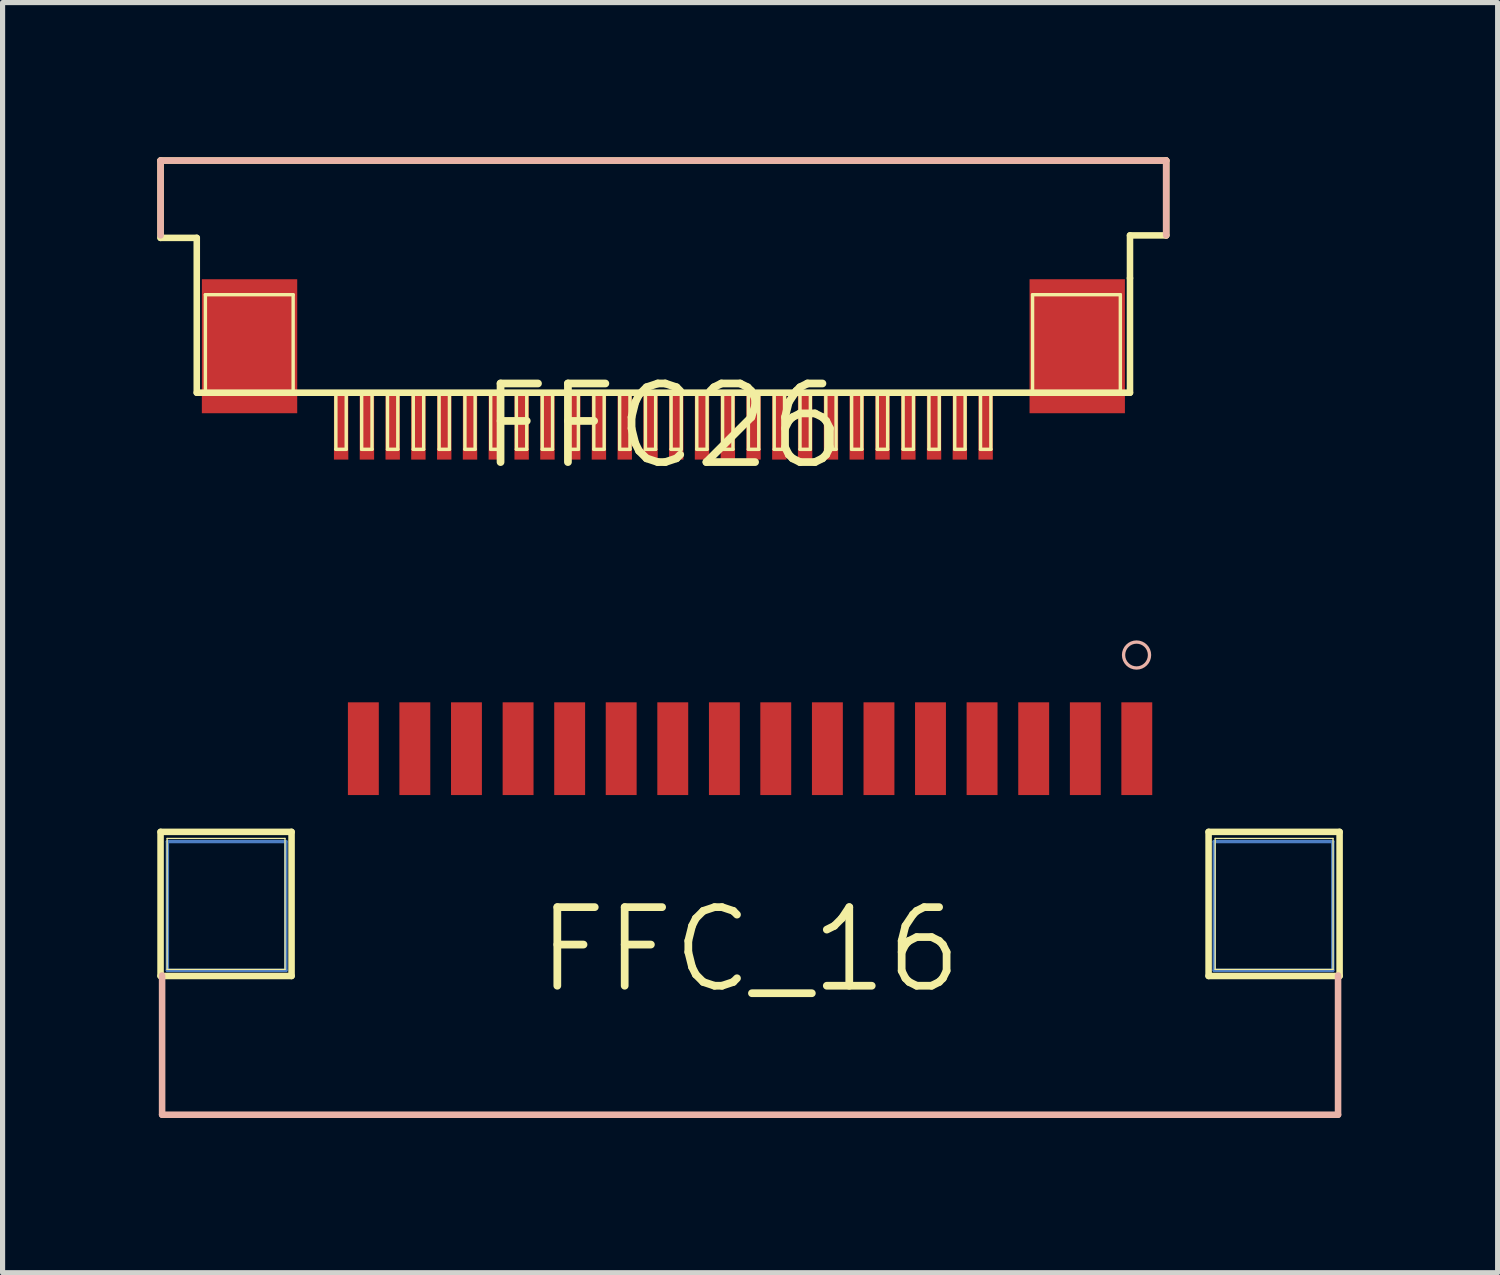
<source format=kicad_pcb>
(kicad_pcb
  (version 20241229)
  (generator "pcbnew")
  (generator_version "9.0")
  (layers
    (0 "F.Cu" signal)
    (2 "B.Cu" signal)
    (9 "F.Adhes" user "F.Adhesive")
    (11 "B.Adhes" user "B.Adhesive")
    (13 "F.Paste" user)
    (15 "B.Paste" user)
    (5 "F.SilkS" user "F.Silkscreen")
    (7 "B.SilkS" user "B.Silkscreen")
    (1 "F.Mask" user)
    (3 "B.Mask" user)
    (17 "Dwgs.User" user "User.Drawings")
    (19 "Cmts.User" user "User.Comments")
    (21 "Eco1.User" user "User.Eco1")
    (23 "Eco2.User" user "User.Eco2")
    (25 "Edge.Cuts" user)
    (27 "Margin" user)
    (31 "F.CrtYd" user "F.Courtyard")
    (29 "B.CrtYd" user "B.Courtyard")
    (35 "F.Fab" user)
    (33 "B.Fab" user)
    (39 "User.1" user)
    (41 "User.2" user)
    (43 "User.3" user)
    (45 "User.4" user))
  (footprint "FFC26"
    (layer "F.Cu")
    (at 9.812 5.212)
    (property "Reference" "FFC26" (at 0 0 0) (layer "F.SilkS") (effects (font (size 1.524 1.524) (thickness 0.15))))
    (attr smd)
    (fp_line (start -9.749 -5.149) (end -9.749 -3.65) (stroke (width 0.127) (type solid)) (layer "F.SilkS"))
    (fp_line (start -9.749 -5.149) (end 9.749 -5.149) (stroke (width 0.127) (type solid)) (layer "F.SilkS"))
    (fp_line (start -9.749 -3.65) (end -9.047 -3.65) (stroke (width 0.127) (type solid)) (layer "F.SilkS"))
    (fp_line (start -9.047 -3.65) (end -9.047 -0.648) (stroke (width 0.127) (type solid)) (layer "F.SilkS"))
    (fp_line (start -9.047 -0.648) (end 9.047 -0.648) (stroke (width 0.127) (type solid)) (layer "F.SilkS"))
    (fp_line (start -8.88 -2.548) (end -7.178 -2.548) (stroke (width 0.066) (type solid)) (layer "F.SilkS"))
    (fp_line (start -8.88 -0.648) (end -8.88 -2.548) (stroke (width 0.066) (type solid)) (layer "F.SilkS"))
    (fp_line (start -8.88 -0.648) (end -7.178 -0.648) (stroke (width 0.066) (type solid)) (layer "F.SilkS"))
    (fp_line (start -7.178 -0.648) (end -7.178 -2.548) (stroke (width 0.066) (type solid)) (layer "F.SilkS"))
    (fp_line (start -6.35 -0.648) (end -6.149 -0.648) (stroke (width 0.066) (type solid)) (layer "F.SilkS"))
    (fp_line (start -6.35 0.45) (end -6.35 -0.648) (stroke (width 0.066) (type solid)) (layer "F.SilkS"))
    (fp_line (start -6.35 0.45) (end -6.149 0.45) (stroke (width 0.066) (type solid)) (layer "F.SilkS"))
    (fp_line (start -6.149 0.45) (end -6.149 -0.648) (stroke (width 0.066) (type solid)) (layer "F.SilkS"))
    (fp_line (start -5.85 -0.648) (end -5.649 -0.648) (stroke (width 0.066) (type solid)) (layer "F.SilkS"))
    (fp_line (start -5.85 0.45) (end -5.85 -0.648) (stroke (width 0.066) (type solid)) (layer "F.SilkS"))
    (fp_line (start -5.85 0.45) (end -5.649 0.45) (stroke (width 0.066) (type solid)) (layer "F.SilkS"))
    (fp_line (start -5.649 0.45) (end -5.649 -0.648) (stroke (width 0.066) (type solid)) (layer "F.SilkS"))
    (fp_line (start -5.349 -0.648) (end -5.149 -0.648) (stroke (width 0.066) (type solid)) (layer "F.SilkS"))
    (fp_line (start -5.349 0.45) (end -5.349 -0.648) (stroke (width 0.066) (type solid)) (layer "F.SilkS"))
    (fp_line (start -5.349 0.45) (end -5.149 0.45) (stroke (width 0.066) (type solid)) (layer "F.SilkS"))
    (fp_line (start -5.149 0.45) (end -5.149 -0.648) (stroke (width 0.066) (type solid)) (layer "F.SilkS"))
    (fp_line (start -4.849 -0.648) (end -4.648 -0.648) (stroke (width 0.066) (type solid)) (layer "F.SilkS"))
    (fp_line (start -4.849 0.45) (end -4.849 -0.648) (stroke (width 0.066) (type solid)) (layer "F.SilkS"))
    (fp_line (start -4.849 0.45) (end -4.648 0.45) (stroke (width 0.066) (type solid)) (layer "F.SilkS"))
    (fp_line (start -4.648 0.45) (end -4.648 -0.648) (stroke (width 0.066) (type solid)) (layer "F.SilkS"))
    (fp_line (start -4.348 -0.648) (end -4.148 -0.648) (stroke (width 0.066) (type solid)) (layer "F.SilkS"))
    (fp_line (start -4.348 0.45) (end -4.348 -0.648) (stroke (width 0.066) (type solid)) (layer "F.SilkS"))
    (fp_line (start -4.348 0.45) (end -4.148 0.45) (stroke (width 0.066) (type solid)) (layer "F.SilkS"))
    (fp_line (start -4.148 0.45) (end -4.148 -0.648) (stroke (width 0.066) (type solid)) (layer "F.SilkS"))
    (fp_line (start -3.848 -0.648) (end -3.65 -0.648) (stroke (width 0.066) (type solid)) (layer "F.SilkS"))
    (fp_line (start -3.848 0.45) (end -3.848 -0.648) (stroke (width 0.066) (type solid)) (layer "F.SilkS"))
    (fp_line (start -3.848 0.45) (end -3.65 0.45) (stroke (width 0.066) (type solid)) (layer "F.SilkS"))
    (fp_line (start -3.65 0.45) (end -3.65 -0.648) (stroke (width 0.066) (type solid)) (layer "F.SilkS"))
    (fp_line (start -3.348 -0.648) (end -3.15 -0.648) (stroke (width 0.066) (type solid)) (layer "F.SilkS"))
    (fp_line (start -3.348 0.45) (end -3.348 -0.648) (stroke (width 0.066) (type solid)) (layer "F.SilkS"))
    (fp_line (start -3.348 0.45) (end -3.15 0.45) (stroke (width 0.066) (type solid)) (layer "F.SilkS"))
    (fp_line (start -3.15 0.45) (end -3.15 -0.648) (stroke (width 0.066) (type solid)) (layer "F.SilkS"))
    (fp_line (start -2.85 -0.648) (end -2.649 -0.648) (stroke (width 0.066) (type solid)) (layer "F.SilkS"))
    (fp_line (start -2.85 0.45) (end -2.85 -0.648) (stroke (width 0.066) (type solid)) (layer "F.SilkS"))
    (fp_line (start -2.85 0.45) (end -2.649 0.45) (stroke (width 0.066) (type solid)) (layer "F.SilkS"))
    (fp_line (start -2.649 0.45) (end -2.649 -0.648) (stroke (width 0.066) (type solid)) (layer "F.SilkS"))
    (fp_line (start -2.349 -0.648) (end -2.149 -0.648) (stroke (width 0.066) (type solid)) (layer "F.SilkS"))
    (fp_line (start -2.349 0.45) (end -2.349 -0.648) (stroke (width 0.066) (type solid)) (layer "F.SilkS"))
    (fp_line (start -2.349 0.45) (end -2.149 0.45) (stroke (width 0.066) (type solid)) (layer "F.SilkS"))
    (fp_line (start -2.149 0.45) (end -2.149 -0.648) (stroke (width 0.066) (type solid)) (layer "F.SilkS"))
    (fp_line (start -1.849 -0.648) (end -1.648 -0.648) (stroke (width 0.066) (type solid)) (layer "F.SilkS"))
    (fp_line (start -1.849 0.45) (end -1.849 -0.648) (stroke (width 0.066) (type solid)) (layer "F.SilkS"))
    (fp_line (start -1.849 0.45) (end -1.648 0.45) (stroke (width 0.066) (type solid)) (layer "F.SilkS"))
    (fp_line (start -1.648 0.45) (end -1.648 -0.648) (stroke (width 0.066) (type solid)) (layer "F.SilkS"))
    (fp_line (start -1.349 -0.648) (end -1.148 -0.648) (stroke (width 0.066) (type solid)) (layer "F.SilkS"))
    (fp_line (start -1.349 0.45) (end -1.349 -0.648) (stroke (width 0.066) (type solid)) (layer "F.SilkS"))
    (fp_line (start -1.349 0.45) (end -1.148 0.45) (stroke (width 0.066) (type solid)) (layer "F.SilkS"))
    (fp_line (start -1.148 0.45) (end -1.148 -0.648) (stroke (width 0.066) (type solid)) (layer "F.SilkS"))
    (fp_line (start -0.848 -0.648) (end -0.648 -0.648) (stroke (width 0.066) (type solid)) (layer "F.SilkS"))
    (fp_line (start -0.848 0.45) (end -0.848 -0.648) (stroke (width 0.066) (type solid)) (layer "F.SilkS"))
    (fp_line (start -0.848 0.45) (end -0.648 0.45) (stroke (width 0.066) (type solid)) (layer "F.SilkS"))
    (fp_line (start -0.648 0.45) (end -0.648 -0.648) (stroke (width 0.066) (type solid)) (layer "F.SilkS"))
    (fp_line (start -0.348 -0.648) (end -0.15 -0.648) (stroke (width 0.066) (type solid)) (layer "F.SilkS"))
    (fp_line (start -0.348 0.45) (end -0.348 -0.648) (stroke (width 0.066) (type solid)) (layer "F.SilkS"))
    (fp_line (start -0.348 0.45) (end -0.15 0.45) (stroke (width 0.066) (type solid)) (layer "F.SilkS"))
    (fp_line (start -0.15 0.45) (end -0.15 -0.648) (stroke (width 0.066) (type solid)) (layer "F.SilkS"))
    (fp_line (start 0.15 -0.648) (end 0.348 -0.648) (stroke (width 0.066) (type solid)) (layer "F.SilkS"))
    (fp_line (start 0.15 0.45) (end 0.15 -0.648) (stroke (width 0.066) (type solid)) (layer "F.SilkS"))
    (fp_line (start 0.15 0.45) (end 0.348 0.45) (stroke (width 0.066) (type solid)) (layer "F.SilkS"))
    (fp_line (start 0.348 0.45) (end 0.348 -0.648) (stroke (width 0.066) (type solid)) (layer "F.SilkS"))
    (fp_line (start 0.648 -0.648) (end 0.848 -0.648) (stroke (width 0.066) (type solid)) (layer "F.SilkS"))
    (fp_line (start 0.648 0.45) (end 0.648 -0.648) (stroke (width 0.066) (type solid)) (layer "F.SilkS"))
    (fp_line (start 0.648 0.45) (end 0.848 0.45) (stroke (width 0.066) (type solid)) (layer "F.SilkS"))
    (fp_line (start 0.848 0.45) (end 0.848 -0.648) (stroke (width 0.066) (type solid)) (layer "F.SilkS"))
    (fp_line (start 1.148 -0.648) (end 1.349 -0.648) (stroke (width 0.066) (type solid)) (layer "F.SilkS"))
    (fp_line (start 1.148 0.45) (end 1.148 -0.648) (stroke (width 0.066) (type solid)) (layer "F.SilkS"))
    (fp_line (start 1.148 0.45) (end 1.349 0.45) (stroke (width 0.066) (type solid)) (layer "F.SilkS"))
    (fp_line (start 1.349 0.45) (end 1.349 -0.648) (stroke (width 0.066) (type solid)) (layer "F.SilkS"))
    (fp_line (start 1.648 -0.648) (end 1.849 -0.648) (stroke (width 0.066) (type solid)) (layer "F.SilkS"))
    (fp_line (start 1.648 0.45) (end 1.648 -0.648) (stroke (width 0.066) (type solid)) (layer "F.SilkS"))
    (fp_line (start 1.648 0.45) (end 1.849 0.45) (stroke (width 0.066) (type solid)) (layer "F.SilkS"))
    (fp_line (start 1.849 0.45) (end 1.849 -0.648) (stroke (width 0.066) (type solid)) (layer "F.SilkS"))
    (fp_line (start 2.149 -0.648) (end 2.349 -0.648) (stroke (width 0.066) (type solid)) (layer "F.SilkS"))
    (fp_line (start 2.149 0.45) (end 2.149 -0.648) (stroke (width 0.066) (type solid)) (layer "F.SilkS"))
    (fp_line (start 2.149 0.45) (end 2.349 0.45) (stroke (width 0.066) (type solid)) (layer "F.SilkS"))
    (fp_line (start 2.349 0.45) (end 2.349 -0.648) (stroke (width 0.066) (type solid)) (layer "F.SilkS"))
    (fp_line (start 2.649 -0.648) (end 2.85 -0.648) (stroke (width 0.066) (type solid)) (layer "F.SilkS"))
    (fp_line (start 2.649 0.45) (end 2.649 -0.648) (stroke (width 0.066) (type solid)) (layer "F.SilkS"))
    (fp_line (start 2.649 0.45) (end 2.85 0.45) (stroke (width 0.066) (type solid)) (layer "F.SilkS"))
    (fp_line (start 2.85 0.45) (end 2.85 -0.648) (stroke (width 0.066) (type solid)) (layer "F.SilkS"))
    (fp_line (start 3.15 -0.648) (end 3.348 -0.648) (stroke (width 0.066) (type solid)) (layer "F.SilkS"))
    (fp_line (start 3.15 0.45) (end 3.15 -0.648) (stroke (width 0.066) (type solid)) (layer "F.SilkS"))
    (fp_line (start 3.15 0.45) (end 3.348 0.45) (stroke (width 0.066) (type solid)) (layer "F.SilkS"))
    (fp_line (start 3.348 0.45) (end 3.348 -0.648) (stroke (width 0.066) (type solid)) (layer "F.SilkS"))
    (fp_line (start 3.65 -0.648) (end 3.848 -0.648) (stroke (width 0.066) (type solid)) (layer "F.SilkS"))
    (fp_line (start 3.65 0.45) (end 3.65 -0.648) (stroke (width 0.066) (type solid)) (layer "F.SilkS"))
    (fp_line (start 3.65 0.45) (end 3.848 0.45) (stroke (width 0.066) (type solid)) (layer "F.SilkS"))
    (fp_line (start 3.848 0.45) (end 3.848 -0.648) (stroke (width 0.066) (type solid)) (layer "F.SilkS"))
    (fp_line (start 4.148 -0.648) (end 4.348 -0.648) (stroke (width 0.066) (type solid)) (layer "F.SilkS"))
    (fp_line (start 4.148 0.45) (end 4.148 -0.648) (stroke (width 0.066) (type solid)) (layer "F.SilkS"))
    (fp_line (start 4.148 0.45) (end 4.348 0.45) (stroke (width 0.066) (type solid)) (layer "F.SilkS"))
    (fp_line (start 4.348 0.45) (end 4.348 -0.648) (stroke (width 0.066) (type solid)) (layer "F.SilkS"))
    (fp_line (start 4.648 -0.648) (end 4.849 -0.648) (stroke (width 0.066) (type solid)) (layer "F.SilkS"))
    (fp_line (start 4.648 0.45) (end 4.648 -0.648) (stroke (width 0.066) (type solid)) (layer "F.SilkS"))
    (fp_line (start 4.648 0.45) (end 4.849 0.45) (stroke (width 0.066) (type solid)) (layer "F.SilkS"))
    (fp_line (start 4.849 0.45) (end 4.849 -0.648) (stroke (width 0.066) (type solid)) (layer "F.SilkS"))
    (fp_line (start 5.149 -0.648) (end 5.349 -0.648) (stroke (width 0.066) (type solid)) (layer "F.SilkS"))
    (fp_line (start 5.149 0.45) (end 5.149 -0.648) (stroke (width 0.066) (type solid)) (layer "F.SilkS"))
    (fp_line (start 5.149 0.45) (end 5.349 0.45) (stroke (width 0.066) (type solid)) (layer "F.SilkS"))
    (fp_line (start 5.349 0.45) (end 5.349 -0.648) (stroke (width 0.066) (type solid)) (layer "F.SilkS"))
    (fp_line (start 5.649 -0.648) (end 5.85 -0.648) (stroke (width 0.066) (type solid)) (layer "F.SilkS"))
    (fp_line (start 5.649 0.45) (end 5.649 -0.648) (stroke (width 0.066) (type solid)) (layer "F.SilkS"))
    (fp_line (start 5.649 0.45) (end 5.85 0.45) (stroke (width 0.066) (type solid)) (layer "F.SilkS"))
    (fp_line (start 5.85 0.45) (end 5.85 -0.648) (stroke (width 0.066) (type solid)) (layer "F.SilkS"))
    (fp_line (start 6.149 -0.648) (end 6.35 -0.648) (stroke (width 0.066) (type solid)) (layer "F.SilkS"))
    (fp_line (start 6.149 0.45) (end 6.149 -0.648) (stroke (width 0.066) (type solid)) (layer "F.SilkS"))
    (fp_line (start 6.149 0.45) (end 6.35 0.45) (stroke (width 0.066) (type solid)) (layer "F.SilkS"))
    (fp_line (start 6.35 0.45) (end 6.35 -0.648) (stroke (width 0.066) (type solid)) (layer "F.SilkS"))
    (fp_line (start 7.158 -2.548) (end 8.86 -2.548) (stroke (width 0.066) (type solid)) (layer "F.SilkS"))
    (fp_line (start 7.158 -0.648) (end 7.158 -2.548) (stroke (width 0.066) (type solid)) (layer "F.SilkS"))
    (fp_line (start 7.158 -0.648) (end 8.86 -0.648) (stroke (width 0.066) (type solid)) (layer "F.SilkS"))
    (fp_line (start 8.86 -0.648) (end 8.86 -2.548) (stroke (width 0.066) (type solid)) (layer "F.SilkS"))
    (fp_line (start 9.047 -3.698) (end 9.749 -3.698) (stroke (width 0.127) (type solid)) (layer "F.SilkS"))
    (fp_line (start 9.047 -2.868) (end 9.047 -3.698) (stroke (width 0.127) (type solid)) (layer "F.SilkS"))
    (fp_line (start 9.047 -0.648) (end 9.047 -2.868) (stroke (width 0.127) (type solid)) (layer "F.SilkS"))
    (fp_line (start 9.749 -3.698) (end 9.749 -5.149) (stroke (width 0.127) (type solid)) (layer "F.SilkS"))
    (fp_line (start -9.749 -5.149) (end 9.749 -5.149) (stroke (width 0.127) (type solid)) (layer "B.SilkS"))
    (fp_line (start -9.749 -3.698) (end -9.749 -5.149) (stroke (width 0.127) (type solid)) (layer "B.SilkS"))
    (fp_line (start 9.749 -3.698) (end 9.749 -5.149) (stroke (width 0.127) (type solid)) (layer "B.SilkS"))
    (pad "1" smd rect (at 6.248 0 180) (size 0.279 1.298) (layers "F.Cu" "F.Mask" "F.Paste"))
    (pad "2" smd rect (at 5.748 0 180) (size 0.279 1.298) (layers "F.Cu" "F.Mask" "F.Paste"))
    (pad "3" smd rect (at 5.248 0 180) (size 0.279 1.298) (layers "F.Cu" "F.Mask" "F.Paste"))
    (pad "4" smd rect (at 4.75 0 180) (size 0.279 1.298) (layers "F.Cu" "F.Mask" "F.Paste"))
    (pad "5" smd rect (at 4.249 0 180) (size 0.279 1.298) (layers "F.Cu" "F.Mask" "F.Paste"))
    (pad "6" smd rect (at 3.749 0 180) (size 0.279 1.298) (layers "F.Cu" "F.Mask" "F.Paste"))
    (pad "7" smd rect (at 3.249 0 180) (size 0.279 1.298) (layers "F.Cu" "F.Mask" "F.Paste"))
    (pad "8" smd rect (at 2.748 0 180) (size 0.279 1.298) (layers "F.Cu" "F.Mask" "F.Paste"))
    (pad "9" smd rect (at 2.248 0 180) (size 0.279 1.298) (layers "F.Cu" "F.Mask" "F.Paste"))
    (pad "10" smd rect (at 1.748 0 180) (size 0.279 1.298) (layers "F.Cu" "F.Mask" "F.Paste"))
    (pad "11" smd rect (at 1.25 0 180) (size 0.279 1.298) (layers "F.Cu" "F.Mask" "F.Paste"))
    (pad "12" smd rect (at 0.749 0 180) (size 0.279 1.298) (layers "F.Cu" "F.Mask" "F.Paste"))
    (pad "13" smd rect (at 0.249 0 180) (size 0.279 1.298) (layers "F.Cu" "F.Mask" "F.Paste"))
    (pad "14" smd rect (at -0.249 0 180) (size 0.279 1.298) (layers "F.Cu" "F.Mask" "F.Paste"))
    (pad "15" smd rect (at -0.749 0 180) (size 0.279 1.298) (layers "F.Cu" "F.Mask" "F.Paste"))
    (pad "16" smd rect (at -1.25 0 180) (size 0.279 1.298) (layers "F.Cu" "F.Mask" "F.Paste"))
    (pad "17" smd rect (at -1.748 0 180) (size 0.279 1.298) (layers "F.Cu" "F.Mask" "F.Paste"))
    (pad "18" smd rect (at -2.248 0 180) (size 0.279 1.298) (layers "F.Cu" "F.Mask" "F.Paste"))
    (pad "19" smd rect (at -2.748 0 180) (size 0.279 1.298) (layers "F.Cu" "F.Mask" "F.Paste"))
    (pad "20" smd rect (at -3.249 0 180) (size 0.279 1.298) (layers "F.Cu" "F.Mask" "F.Paste"))
    (pad "21" smd rect (at -3.749 0 180) (size 0.279 1.298) (layers "F.Cu" "F.Mask" "F.Paste"))
    (pad "22" smd rect (at -4.249 0 180) (size 0.279 1.298) (layers "F.Cu" "F.Mask" "F.Paste"))
    (pad "23" smd rect (at -4.75 0 180) (size 0.279 1.298) (layers "F.Cu" "F.Mask" "F.Paste"))
    (pad "24" smd rect (at -5.248 0 180) (size 0.279 1.298) (layers "F.Cu" "F.Mask" "F.Paste"))
    (pad "25" smd rect (at -5.748 0 180) (size 0.279 1.298) (layers "F.Cu" "F.Mask" "F.Paste"))
    (pad "26" smd rect (at -6.248 0 180) (size 0.279 1.298) (layers "F.Cu" "F.Mask" "F.Paste"))
    (pad "P$1" smd rect (at 8.024 -1.549 90) (size 2.598 1.849) (layers "F.Cu" "F.Mask" "F.Paste"))
    (pad "P$3" smd rect (at -8.024 -1.549 90) (size 2.598 1.849) (layers "F.Cu" "F.Mask" "F.Paste")))
  (footprint "FFC_16"
    (layer "F.Cu")
    (at 11.493 15.365)
    (property "Reference" "FFC_16" (at 0 0 0) (layer "F.SilkS") (effects (font (size 1.524 1.524) (thickness 0.15))))
    (attr smd)
    (fp_line (start -11.298 -2.098) (end -8.999 -2.098) (stroke (width 0.066) (type solid)) (layer "B.Cu"))
    (fp_line (start -11.298 0.399) (end -11.298 -2.098) (stroke (width 0.066) (type solid)) (layer "B.Cu"))
    (fp_line (start -11.298 0.399) (end -8.999 0.399) (stroke (width 0.066) (type solid)) (layer "B.Cu"))
    (fp_line (start -8.999 0.399) (end -8.999 -2.098) (stroke (width 0.066) (type solid)) (layer "B.Cu"))
    (fp_line (start 8.999 -2.098) (end 11.298 -2.098) (stroke (width 0.066) (type solid)) (layer "B.Cu"))
    (fp_line (start 8.999 0.399) (end 8.999 -2.098) (stroke (width 0.066) (type solid)) (layer "B.Cu"))
    (fp_line (start 8.999 0.399) (end 11.298 0.399) (stroke (width 0.066) (type solid)) (layer "B.Cu"))
    (fp_line (start 11.298 0.399) (end 11.298 -2.098) (stroke (width 0.066) (type solid)) (layer "B.Cu"))
    (fp_line (start -11.43 -2.286) (end -8.89 -2.286) (stroke (width 0.127) (type solid)) (layer "F.SilkS"))
    (fp_line (start -11.43 0.508) (end -11.43 -2.286) (stroke (width 0.127) (type solid)) (layer "F.SilkS"))
    (fp_line (start -11.303 -2.159) (end -9.017 -2.159) (stroke (width 0.025) (type solid)) (layer "F.SilkS"))
    (fp_line (start -11.303 0.381) (end -11.303 -2.159) (stroke (width 0.025) (type solid)) (layer "F.SilkS"))
    (fp_line (start -9.017 -2.159) (end -9.017 0.381) (stroke (width 0.025) (type solid)) (layer "F.SilkS"))
    (fp_line (start -9.017 0.381) (end -11.303 0.381) (stroke (width 0.025) (type solid)) (layer "F.SilkS"))
    (fp_line (start -8.89 -2.286) (end -8.89 0.508) (stroke (width 0.127) (type solid)) (layer "F.SilkS"))
    (fp_line (start -8.89 0.508) (end -11.43 0.508) (stroke (width 0.127) (type solid)) (layer "F.SilkS"))
    (fp_line (start 8.89 -2.286) (end 11.43 -2.286) (stroke (width 0.127) (type solid)) (layer "F.SilkS"))
    (fp_line (start 8.89 0.508) (end 8.89 -2.286) (stroke (width 0.127) (type solid)) (layer "F.SilkS"))
    (fp_line (start 9.017 -2.159) (end 11.303 -2.159) (stroke (width 0.025) (type solid)) (layer "F.SilkS"))
    (fp_line (start 9.017 0.381) (end 9.017 -2.159) (stroke (width 0.025) (type solid)) (layer "F.SilkS"))
    (fp_line (start 11.303 -2.159) (end 11.303 0.381) (stroke (width 0.025) (type solid)) (layer "F.SilkS"))
    (fp_line (start 11.303 0.381) (end 9.017 0.381) (stroke (width 0.025) (type solid)) (layer "F.SilkS"))
    (fp_line (start 11.43 -2.286) (end 11.43 0.508) (stroke (width 0.127) (type solid)) (layer "F.SilkS"))
    (fp_line (start 11.43 0.508) (end 8.89 0.508) (stroke (width 0.127) (type solid)) (layer "F.SilkS"))
    (fp_line (start -11.4 3.198) (end -11.4 0.498) (stroke (width 0.127) (type solid)) (layer "B.SilkS"))
    (fp_line (start -11.4 3.198) (end 11.4 3.198) (stroke (width 0.127) (type solid)) (layer "B.SilkS"))
    (fp_line (start 11.4 3.198) (end 11.4 0.498) (stroke (width 0.127) (type solid)) (layer "B.SilkS"))
    (fp_circle (center 7.493 -5.715) (end 7.671 -5.893) (stroke (width 0.064) (type solid)) (fill no) (layer "B.SilkS"))
    (pad "1" smd rect (at 7.498 -3.899) (size 0.599 1.798) (layers "F.Cu" "F.Mask" "F.Paste"))
    (pad "2" smd rect (at 6.5 -3.899) (size 0.599 1.798) (layers "F.Cu" "F.Mask" "F.Paste"))
    (pad "3" smd rect (at 5.499 -3.899) (size 0.599 1.798) (layers "F.Cu" "F.Mask" "F.Paste"))
    (pad "4" smd rect (at 4.498 -3.899) (size 0.599 1.798) (layers "F.Cu" "F.Mask" "F.Paste"))
    (pad "5" smd rect (at 3.498 -3.899) (size 0.599 1.798) (layers "F.Cu" "F.Mask" "F.Paste"))
    (pad "6" smd rect (at 2.499 -3.899) (size 0.599 1.798) (layers "F.Cu" "F.Mask" "F.Paste"))
    (pad "7" smd rect (at 1.499 -3.899) (size 0.599 1.798) (layers "F.Cu" "F.Mask" "F.Paste"))
    (pad "8" smd rect (at 0.498 -3.899) (size 0.599 1.798) (layers "F.Cu" "F.Mask" "F.Paste"))
    (pad "9" smd rect (at -0.498 -3.899) (size 0.599 1.798) (layers "F.Cu" "F.Mask" "F.Paste"))
    (pad "10" smd rect (at -1.499 -3.899) (size 0.599 1.798) (layers "F.Cu" "F.Mask" "F.Paste"))
    (pad "11" smd rect (at -2.499 -3.899) (size 0.599 1.798) (layers "F.Cu" "F.Mask" "F.Paste"))
    (pad "12" smd rect (at -3.498 -3.899) (size 0.599 1.798) (layers "F.Cu" "F.Mask" "F.Paste"))
    (pad "13" smd rect (at -4.498 -3.899) (size 0.599 1.798) (layers "F.Cu" "F.Mask" "F.Paste"))
    (pad "14" smd rect (at -5.499 -3.899) (size 0.599 1.798) (layers "F.Cu" "F.Mask" "F.Paste"))
    (pad "15" smd rect (at -6.5 -3.899) (size 0.599 1.798) (layers "F.Cu" "F.Mask" "F.Paste"))
    (pad "16" smd rect (at -7.498 -3.899) (size 0.599 1.798) (layers "F.Cu" "F.Mask" "F.Paste")))
  (gr_rect
    (start -3 -3)
    (end 25.987 21.626)
    (stroke (width 0.1) (type default))
    (fill no)
    (layer "Edge.Cuts")))
</source>
